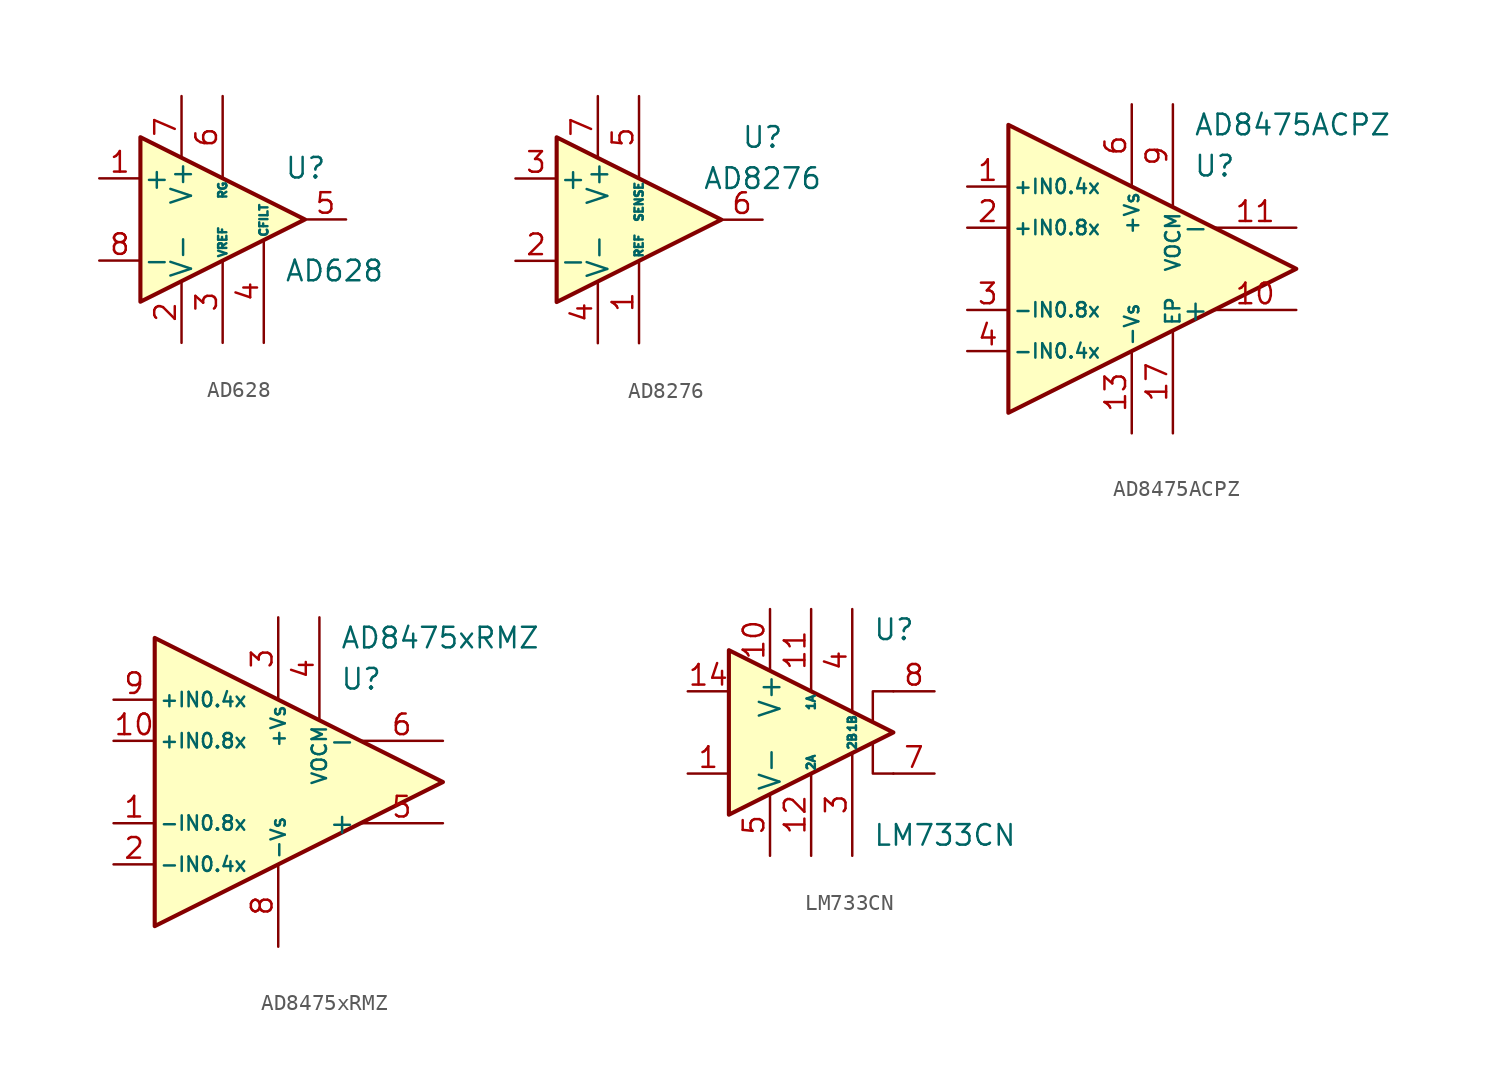
<source format=kicad_sym>
(kicad_symbol_lib
  (version 20200908)
  (generator kicad_symbol_editor)
  (symbol "Amplifier_Difference:AD628"
    (pin_names
      (offset 0.127))
    (property "Reference" "U"
      (at 3.81 3.175 0)
      (effects (font (size 1.27 1.27)) (justify left)))
    (property "Value" "AD628"
      (at 3.81 -3.175 0)
      (effects (font (size 1.27 1.27)) (justify left)))
    (symbol "AD628_0_1"
      (polyline (pts (xy 5.08 0) (xy -5.08 5.08) (xy -5.08 -5.08) (xy 5.08 0)) (stroke (width 0.254)) (fill (type background))))
    (symbol "AD628_1_1"
      (pin input line (at -7.62 2.54 0) (length 2.54) (name "+" (effects (font (size 1.27 1.27)))) (number "1" (effects (font (size 1.27 1.27)))))
      (pin power_in line (at -2.54 -7.62 90) (length 3.81) (name "V-" (effects (font (size 1.27 1.27)))) (number "2" (effects (font (size 1.27 1.27)))))
      (pin passive line (at 0 -7.62 90) (length 5.08) (name "VREF" (effects (font (size 0.508 0.508)))) (number "3" (effects (font (size 1.27 1.27)))))
      (pin passive line (at 2.54 -7.62 90) (length 6.35) (name "CFILT" (effects (font (size 0.508 0.508)))) (number "4" (effects (font (size 1.27 1.27)))))
      (pin output line (at 7.62 0 180) (length 2.54) (name "~" (effects (font (size 1.27 1.27)))) (number "5" (effects (font (size 1.27 1.27)))))
      (pin passive line (at 0 7.62 270) (length 5.08) (name "RG" (effects (font (size 0.508 0.508)))) (number "6" (effects (font (size 1.27 1.27)))))
      (pin power_in line (at -2.54 7.62 270) (length 3.81) (name "V+" (effects (font (size 1.27 1.27)))) (number "7" (effects (font (size 1.27 1.27)))))
      (pin input line (at -7.62 -2.54 0) (length 2.54) (name "-" (effects (font (size 1.27 1.27)))) (number "8" (effects (font (size 1.27 1.27)))))))
  (symbol "Amplifier_Difference:AD8276"
    (pin_names
      (offset 0.127))
    (property "Reference" "U"
      (at 7.62 5.08 0)
      (effects (font (size 1.27 1.27))))
    (property "Value" "AD8276"
      (at 7.62 2.54 0)
      (effects (font (size 1.27 1.27))))
    (symbol "AD8276_0_1"
      (polyline (pts (xy -5.08 5.08) (xy 5.08 0) (xy -5.08 -5.08) (xy -5.08 5.08)) (stroke (width 0.254)) (fill (type background))))
    (symbol "AD8276_1_1"
      (pin passive line (at 0 -7.62 90) (length 5.08) (name "REF" (effects (font (size 0.508 0.508)))) (number "1" (effects (font (size 1.27 1.27)))))
      (pin passive line (at -7.62 -2.54 0) (length 2.54) (name "-" (effects (font (size 1.27 1.27)))) (number "2" (effects (font (size 1.27 1.27)))))
      (pin passive line (at -7.62 2.54 0) (length 2.54) (name "+" (effects (font (size 1.27 1.27)))) (number "3" (effects (font (size 1.27 1.27)))))
      (pin power_in line (at -2.54 -7.62 90) (length 3.81) (name "V-" (effects (font (size 1.27 1.27)))) (number "4" (effects (font (size 1.27 1.27)))))
      (pin passive line (at 0 7.62 270) (length 5.08) (name "SENSE" (effects (font (size 0.508 0.508)))) (number "5" (effects (font (size 1.27 1.27)))))
      (pin output line (at 7.62 0 180) (length 2.54) (name "~" (effects (font (size 1.27 1.27)))) (number "6" (effects (font (size 1.27 1.27)))))
      (pin power_in line (at -2.54 7.62 270) (length 3.81) (name "V+" (effects (font (size 1.27 1.27)))) (number "7" (effects (font (size 1.27 1.27)))))
      (pin unconnected line (at -5.08 0 0) (length 2.54) hide (name "~" (effects (font (size 1.27 1.27)))) (number "8" (effects (font (size 1.27 1.27)))))))
  (symbol "Amplifier_Difference:AD8475ACPZ"
    (pin_names
      (offset 0.254))
    (property "Reference" "U"
      (at 3.81 6.35 0)
      (effects (font (size 1.27 1.27)) (justify left)))
    (property "Value" "AD8475ACPZ"
      (at 3.81 8.89 0)
      (effects (font (size 1.27 1.27)) (justify left)))
    (symbol "AD8475ACPZ_0_1"
      (polyline (pts (xy -7.62 8.89) (xy -7.62 -8.89) (xy 10.16 0) (xy -7.62 8.89)) (stroke (width 0.254)) (fill (type background))))
    (symbol "AD8475ACPZ_1_1"
      (pin input line (at -10.16 5.08 0) (length 2.54) (name "+IN0.4x" (effects (font (size 0.889 0.889)))) (number "1" (effects (font (size 1.27 1.27)))))
      (pin output line (at 10.16 -2.54 180) (length 5.08) (name "+" (effects (font (size 1.27 1.27)))) (number "10" (effects (font (size 1.27 1.27)))))
      (pin output line (at 10.16 2.54 180) (length 5.08) (name "-" (effects (font (size 1.27 1.27)))) (number "11" (effects (font (size 1.27 1.27)))))
      (pin unconnected line (at -7.62 -7.62 0) (length 2.54) hide (name "NC" (effects (font (size 1.27 1.27)))) (number "12" (effects (font (size 1.27 1.27)))))
      (pin power_in line (at 0 -10.16 90) (length 5.08) (name "-Vs" (effects (font (size 0.889 0.889)))) (number "13" (effects (font (size 1.27 1.27)))))
      (pin passive line (at 0 -10.16 90) (length 5.08) hide (name "-Vs" (effects (font (size 0.889 0.889)))) (number "14" (effects (font (size 1.27 1.27)))))
      (pin passive line (at 0 -10.16 90) (length 5.08) hide (name "-Vs" (effects (font (size 0.889 0.889)))) (number "15" (effects (font (size 1.27 1.27)))))
      (pin input line (at -10.16 5.08 0) (length 2.54) hide (name "+IN0.4x" (effects (font (size 0.889 0.889)))) (number "16" (effects (font (size 1.27 1.27)))))
      (pin passive line (at 2.54 -10.16 90) (length 6.35) (name "EP" (effects (font (size 0.889 0.889)))) (number "17" (effects (font (size 1.27 1.27)))))
      (pin input line (at -10.16 2.54 0) (length 2.54) (name "+IN0.8x" (effects (font (size 0.889 0.889)))) (number "2" (effects (font (size 1.27 1.27)))))
      (pin input line (at -10.16 -2.54 0) (length 2.54) (name "-IN0.8x" (effects (font (size 0.889 0.889)))) (number "3" (effects (font (size 1.27 1.27)))))
      (pin input line (at -10.16 -5.08 0) (length 2.54) (name "-IN0.4x" (effects (font (size 0.889 0.889)))) (number "4" (effects (font (size 1.27 1.27)))))
      (pin input line (at -10.16 -5.08 0) (length 2.54) hide (name "-IN0.4x" (effects (font (size 0.889 0.889)))) (number "5" (effects (font (size 1.27 1.27)))))
      (pin power_in line (at 0 10.16 270) (length 5.08) (name "+Vs" (effects (font (size 0.889 0.889)))) (number "6" (effects (font (size 1.27 1.27)))))
      (pin passive line (at 0 10.16 270) (length 5.08) hide (name "+Vs" (effects (font (size 0.889 0.889)))) (number "7" (effects (font (size 1.27 1.27)))))
      (pin passive line (at 0 10.16 270) (length 5.08) hide (name "+Vs" (effects (font (size 0.889 0.889)))) (number "8" (effects (font (size 1.27 1.27)))))
      (pin power_in line (at 2.54 10.16 270) (length 6.35) (name "VOCM" (effects (font (size 0.889 0.889)))) (number "9" (effects (font (size 1.27 1.27)))))))
  (symbol "Amplifier_Difference:AD8475xRMZ"
    (pin_names
      (offset 0.254))
    (property "Reference" "U"
      (at 3.81 6.35 0)
      (effects (font (size 1.27 1.27)) (justify left)))
    (property "Value" "AD8475xRMZ"
      (at 3.81 8.89 0)
      (effects (font (size 1.27 1.27)) (justify left)))
    (symbol "AD8475xRMZ_0_1"
      (polyline (pts (xy -7.62 8.89) (xy -7.62 -8.89) (xy 10.16 0) (xy -7.62 8.89)) (stroke (width 0.254)) (fill (type background))))
    (symbol "AD8475xRMZ_1_1"
      (pin input line (at -10.16 -2.54 0) (length 2.54) (name "-IN0.8x" (effects (font (size 0.889 0.889)))) (number "1" (effects (font (size 1.27 1.27)))))
      (pin input line (at -10.16 2.54 0) (length 2.54) (name "+IN0.8x" (effects (font (size 0.889 0.889)))) (number "10" (effects (font (size 1.27 1.27)))))
      (pin input line (at -10.16 -5.08 0) (length 2.54) (name "-IN0.4x" (effects (font (size 0.889 0.889)))) (number "2" (effects (font (size 1.27 1.27)))))
      (pin power_in line (at 0 10.16 270) (length 5.08) (name "+Vs" (effects (font (size 0.889 0.889)))) (number "3" (effects (font (size 1.27 1.27)))))
      (pin power_in line (at 2.54 10.16 270) (length 6.35) (name "VOCM" (effects (font (size 0.889 0.889)))) (number "4" (effects (font (size 1.27 1.27)))))
      (pin output line (at 10.16 -2.54 180) (length 5.08) (name "+" (effects (font (size 1.27 1.27)))) (number "5" (effects (font (size 1.27 1.27)))))
      (pin output line (at 10.16 2.54 180) (length 5.08) (name "-" (effects (font (size 1.27 1.27)))) (number "6" (effects (font (size 1.27 1.27)))))
      (pin unconnected line (at -7.62 -7.62 0) (length 2.54) hide (name "NC" (effects (font (size 1.27 1.27)))) (number "7" (effects (font (size 1.27 1.27)))))
      (pin power_in line (at 0 -10.16 90) (length 5.08) (name "-Vs" (effects (font (size 0.889 0.889)))) (number "8" (effects (font (size 1.27 1.27)))))
      (pin input line (at -10.16 5.08 0) (length 2.54) (name "+IN0.4x" (effects (font (size 0.889 0.889)))) (number "9" (effects (font (size 1.27 1.27)))))))
  (symbol "Amplifier_Difference:LM733CN"
    (pin_names
      (offset 0.127))
    (property "Reference" "U"
      (at 3.81 6.35 0)
      (effects (font (size 1.27 1.27)) (justify left)))
    (property "Value" "LM733CN"
      (at 3.81 -6.35 0)
      (effects (font (size 1.27 1.27)) (justify left)))
    (symbol "LM733CN_0_1"
      (polyline (pts (xy 5.08 -2.54) (xy 3.81 -2.54) (xy 3.81 -0.635)) (stroke (width 0)) (fill (type none)))
      (polyline (pts (xy 5.08 2.54) (xy 3.81 2.54) (xy 3.81 0.635)) (stroke (width 0)) (fill (type none)))
      (polyline (pts (xy 5.08 0) (xy -5.08 5.08) (xy -5.08 -5.08) (xy 5.08 0)) (stroke (width 0.254)) (fill (type background))))
    (symbol "LM733CN_1_1"
      (pin input line (at -7.62 -2.54 0) (length 2.54) (name "~" (effects (font (size 1.27 1.27)))) (number "1" (effects (font (size 1.27 1.27)))))
      (pin power_in line (at -2.54 7.62 270) (length 3.81) (name "V+" (effects (font (size 1.27 1.27)))) (number "10" (effects (font (size 1.27 1.27)))))
      (pin passive line (at 0 7.62 270) (length 5.08) (name "1A" (effects (font (size 0.508 0.508)))) (number "11" (effects (font (size 1.27 1.27)))))
      (pin passive line (at 0 -7.62 90) (length 5.08) (name "2A" (effects (font (size 0.508 0.508)))) (number "12" (effects (font (size 1.27 1.27)))))
      (pin unconnected line (at -2.54 -2.54 90) (length 2.54) hide (name "NC" (effects (font (size 1.27 1.27)))) (number "13" (effects (font (size 1.27 1.27)))))
      (pin input line (at -7.62 2.54 0) (length 2.54) (name "~" (effects (font (size 1.27 1.27)))) (number "14" (effects (font (size 1.27 1.27)))))
      (pin unconnected line (at 2.54 2.54 270) (length 2.54) hide (name "NC" (effects (font (size 1.27 1.27)))) (number "2" (effects (font (size 1.27 1.27)))))
      (pin passive line (at 2.54 -7.62 90) (length 6.35) (name "2B" (effects (font (size 0.508 0.508)))) (number "3" (effects (font (size 1.27 1.27)))))
      (pin passive line (at 2.54 7.62 270) (length 6.35) (name "1B" (effects (font (size 0.508 0.508)))) (number "4" (effects (font (size 1.27 1.27)))))
      (pin power_in line (at -2.54 -7.62 90) (length 3.81) (name "V-" (effects (font (size 1.27 1.27)))) (number "5" (effects (font (size 1.27 1.27)))))
      (pin unconnected line (at 0 2.54 270) (length 2.54) hide (name "NC" (effects (font (size 1.27 1.27)))) (number "6" (effects (font (size 1.27 1.27)))))
      (pin output line (at 7.62 -2.54 180) (length 2.54) (name "~" (effects (font (size 1.27 1.27)))) (number "7" (effects (font (size 1.27 1.27)))))
      (pin output line (at 7.62 2.54 180) (length 2.54) (name "~" (effects (font (size 1.27 1.27)))) (number "8" (effects (font (size 1.27 1.27)))))
      (pin unconnected line (at 0 -2.54 90) (length 2.54) hide (name "NC" (effects (font (size 1.27 1.27)))) (number "9" (effects (font (size 1.27 1.27))))))))
</source>
